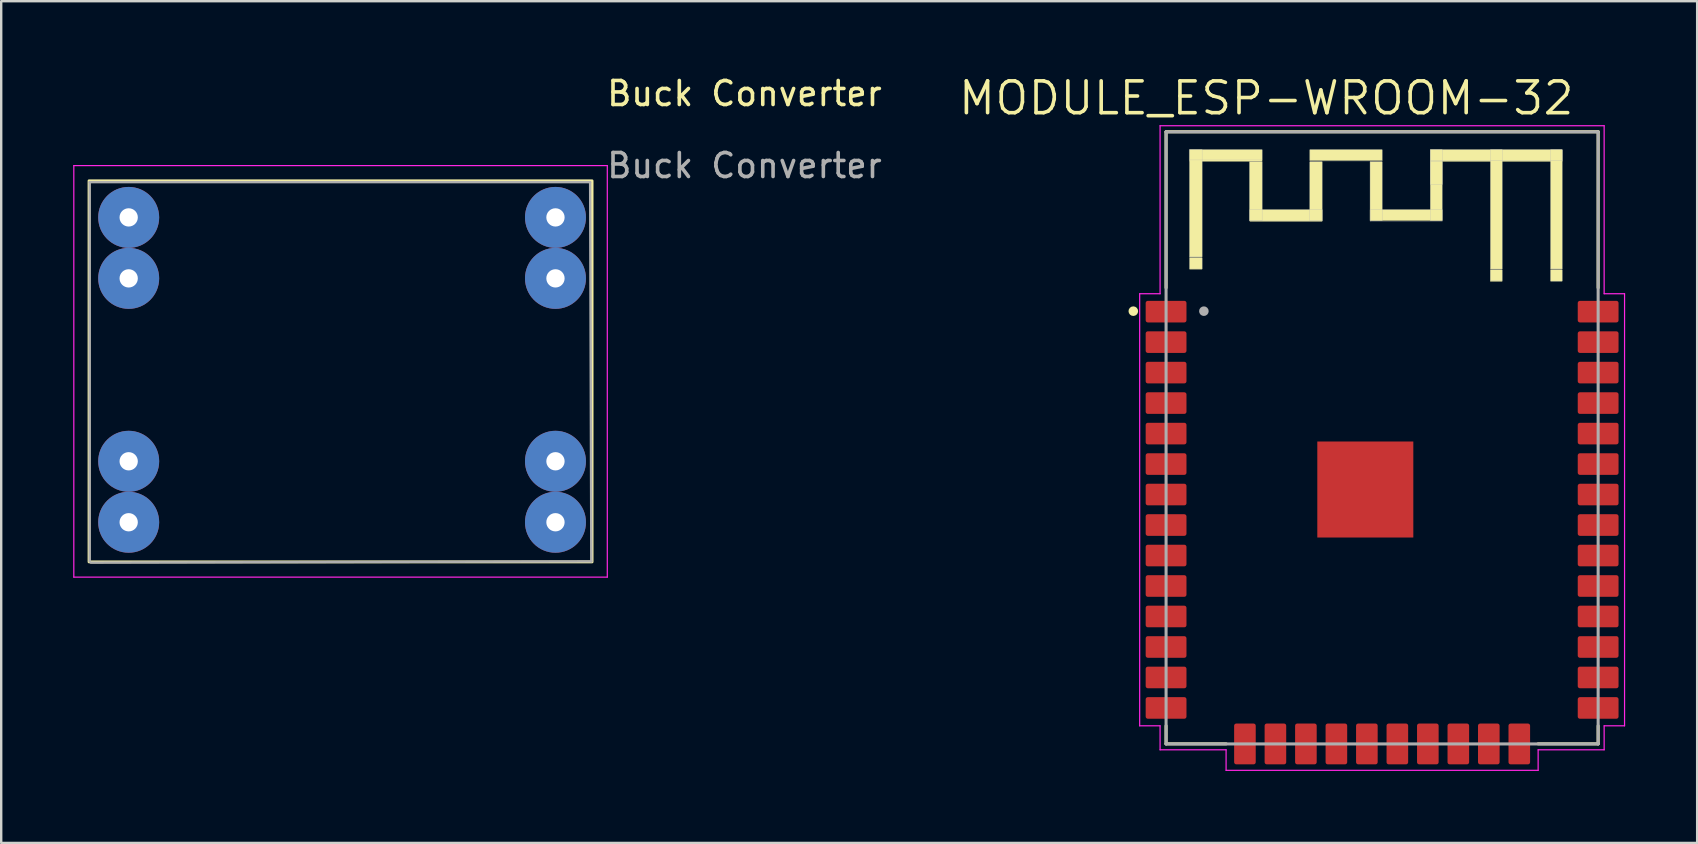
<source format=kicad_pcb>
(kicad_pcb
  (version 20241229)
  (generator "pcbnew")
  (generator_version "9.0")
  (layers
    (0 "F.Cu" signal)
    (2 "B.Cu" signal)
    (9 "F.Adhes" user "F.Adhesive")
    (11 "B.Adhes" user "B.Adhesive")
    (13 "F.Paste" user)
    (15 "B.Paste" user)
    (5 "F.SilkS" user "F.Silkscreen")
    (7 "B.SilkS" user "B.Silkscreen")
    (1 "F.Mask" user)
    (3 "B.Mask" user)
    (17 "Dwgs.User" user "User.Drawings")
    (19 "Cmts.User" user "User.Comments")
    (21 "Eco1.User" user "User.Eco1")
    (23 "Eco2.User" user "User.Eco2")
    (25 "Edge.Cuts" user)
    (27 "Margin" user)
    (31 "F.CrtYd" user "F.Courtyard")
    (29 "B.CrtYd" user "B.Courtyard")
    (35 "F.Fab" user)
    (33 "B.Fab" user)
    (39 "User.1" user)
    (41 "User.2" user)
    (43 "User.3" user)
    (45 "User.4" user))
  (footprint "Buck Converter"
    (layer "F.Cu")
    (at 11.201 12.357)
    (property "Reference" "Buck Converter" (at 16.764 -11.509 0) (unlocked yes) (layer "F.SilkS") (effects (font (size 1 1) (thickness 0.15))))
    (attr through_hole)
    (fp_rect (start -10.541 -7.874) (end 10.414 8.001) (stroke (width 0.12) (type solid)) (fill no) (layer "F.SilkS"))
    (fp_line (start -11.176 -8.509) (end -11.176 8.636) (stroke (width 0.05) (type solid)) (layer "F.CrtYd"))
    (fp_line (start -11.176 8.636) (end 11.049 8.636) (stroke (width 0.05) (type solid)) (layer "F.CrtYd"))
    (fp_line (start 11.049 -8.509) (end -11.176 -8.509) (stroke (width 0.05) (type solid)) (layer "F.CrtYd"))
    (fp_line (start 11.049 8.636) (end 11.049 -8.509) (stroke (width 0.05) (type solid)) (layer "F.CrtYd"))
    (fp_line (start -10.516 -7.819) (end 10.334 -7.819) (stroke (width 0.1) (type solid)) (layer "F.Fab"))
    (fp_line (start -10.516 7.981) (end -10.516 -7.819) (stroke (width 0.1) (type solid)) (layer "F.Fab"))
    (fp_line (start 10.334 -7.819) (end 10.384 7.981) (stroke (width 0.1) (type solid)) (layer "F.Fab"))
    (fp_line (start 10.384 7.981) (end -10.466 8.031) (stroke (width 0.1) (type solid)) (layer "F.Fab"))
    (fp_text user "${REFERENCE}" (at 16.764 -8.509 0) (unlocked yes) (layer "F.Fab") (effects (font (size 1 1) (thickness 0.15))))
    (pad "1a" thru_hole circle (at 8.89 -6.35) (size 2.54 2.54) (drill 0.762) (layers "*.Cu" "*.Mask"))
    (pad "1b" thru_hole circle (at 8.89 -3.81) (size 2.54 2.54) (drill 0.762) (layers "*.Cu" "*.Mask"))
    (pad "2a" thru_hole circle (at 8.89 3.81) (size 2.54 2.54) (drill 0.762) (layers "*.Cu" "*.Mask"))
    (pad "2b" thru_hole circle (at 8.89 6.35) (size 2.54 2.54) (drill 0.762) (layers "*.Cu" "*.Mask"))
    (pad "3a" thru_hole circle (at -8.89 -6.35) (size 2.54 2.54) (drill 0.762) (layers "*.Cu" "*.Mask"))
    (pad "3b" thru_hole circle (at -8.89 -3.81) (size 2.54 2.54) (drill 0.762) (layers "*.Cu" "*.Mask"))
    (pad "4a" thru_hole circle (at -8.89 3.81) (size 2.54 2.54) (drill 0.762) (layers "*.Cu" "*.Mask"))
    (pad "4b" thru_hole circle (at -8.89 6.35) (size 2.54 2.54) (drill 0.762) (layers "*.Cu" "*.Mask")))
  (footprint "MODULE_ESP-WROOM-32"
    (layer "F.Cu")
    (at 54.529 18.188)
    (property "Reference" "MODULE_ESP-WROOM-32" (at -4.826 -17.15 0) (layer "F.SilkS") (effects (font (size 1.325 1.325) (thickness 0.15))))
    (attr through_hole)
    (fp_line (start -9 -15.75) (end 9 -15.75) (stroke (width 0.127) (type solid)) (layer "F.SilkS"))
    (fp_line (start -9 -9.25) (end -9 -15.75) (stroke (width 0.127) (type solid)) (layer "F.SilkS"))
    (fp_line (start -9 9) (end -9 9.75) (stroke (width 0.127) (type solid)) (layer "F.SilkS"))
    (fp_line (start -9 9.75) (end -6.5 9.75) (stroke (width 0.127) (type solid)) (layer "F.SilkS"))
    (fp_line (start 6.5 9.75) (end 9 9.75) (stroke (width 0.127) (type solid)) (layer "F.SilkS"))
    (fp_line (start 9 -15.75) (end 9 -9.25) (stroke (width 0.127) (type solid)) (layer "F.SilkS"))
    (fp_line (start 9 9.75) (end 9 9) (stroke (width 0.127) (type solid)) (layer "F.SilkS"))
    (fp_circle (center -10.365 -8.275) (end -10.265 -8.275) (stroke (width 0.2) (type solid)) (fill no) (layer "F.SilkS"))
    (fp_poly (pts (xy -8.022 -15) (xy -7.5 -15) (xy -7.5 -10.529) (xy -8.022 -10.529)) (stroke (width 0.01) (type solid)) (fill yes) (layer "F.SilkS"))
    (fp_poly (pts (xy -8.02 -10.5) (xy -7.5 -10.5) (xy -7.5 -10.025) (xy -8.02 -10.025)) (stroke (width 0.01) (type solid)) (fill yes) (layer "F.SilkS"))
    (fp_poly (pts (xy -8.009 -15) (xy -5 -15) (xy -5 -14.517) (xy -8.009 -14.517)) (stroke (width 0.01) (type solid)) (fill yes) (layer "F.SilkS"))
    (fp_poly (pts (xy -5.522 -14.5) (xy -5 -14.5) (xy -5 -12.047) (xy -5.522 -12.047)) (stroke (width 0.01) (type solid)) (fill yes) (layer "F.SilkS"))
    (fp_poly (pts (xy -5.508 -12.5) (xy -2.5 -12.5) (xy -2.5 -12.018) (xy -5.508 -12.018)) (stroke (width 0.01) (type solid)) (fill yes) (layer "F.SilkS"))
    (fp_poly (pts (xy -3.01 -14.5) (xy -2.5 -14.5) (xy -2.5 -12.041) (xy -3.01 -12.041)) (stroke (width 0.01) (type solid)) (fill yes) (layer "F.SilkS"))
    (fp_poly (pts (xy -3.01 -15) (xy 0 -15) (xy 0 -14.549) (xy -3.01 -14.549)) (stroke (width 0.01) (type solid)) (fill yes) (layer "F.SilkS"))
    (fp_poly (pts (xy -0.502 -12.5) (xy 2.5 -12.5) (xy 2.5 -12.05) (xy -0.502 -12.05)) (stroke (width 0.01) (type solid)) (fill yes) (layer "F.SilkS"))
    (fp_poly (pts (xy -0.502 -14.5) (xy 0 -14.5) (xy 0 -12.049) (xy -0.502 -12.049)) (stroke (width 0.01) (type solid)) (fill yes) (layer "F.SilkS"))
    (fp_poly (pts (xy 2.008 -15) (xy 2.5 -15) (xy 2.5 -13.554) (xy 2.008 -13.554)) (stroke (width 0.01) (type solid)) (fill yes) (layer "F.SilkS"))
    (fp_poly (pts (xy 2.009 -14.5) (xy 2.5 -14.5) (xy 2.5 -12.053) (xy 2.009 -12.053)) (stroke (width 0.01) (type solid)) (fill yes) (layer "F.SilkS"))
    (fp_poly (pts (xy 2.012 -15) (xy 7.5 -15) (xy 7.5 -14.514) (xy 2.012 -14.514)) (stroke (width 0.01) (type solid)) (fill yes) (layer "F.SilkS"))
    (fp_poly (pts (xy 4.508 -10) (xy 5 -10) (xy 5 -9.517) (xy 4.508 -9.517)) (stroke (width 0.01) (type solid)) (fill yes) (layer "F.SilkS"))
    (fp_poly (pts (xy 4.514 -15) (xy 5 -15) (xy 5 -10.031) (xy 4.514 -10.031)) (stroke (width 0.01) (type solid)) (fill yes) (layer "F.SilkS"))
    (fp_poly (pts (xy 7.019 -10) (xy 7.5 -10) (xy 7.5 -9.526) (xy 7.019 -9.526)) (stroke (width 0.01) (type solid)) (fill yes) (layer "F.SilkS"))
    (fp_poly (pts (xy 7.021 -15) (xy 7.5 -15) (xy 7.5 -10.03) (xy 7.021 -10.03)) (stroke (width 0.01) (type solid)) (fill yes) (layer "F.SilkS"))
    (fp_line (start -10.1 -9) (end -9.25 -9) (stroke (width 0.05) (type solid)) (layer "F.CrtYd"))
    (fp_line (start -10.1 9) (end -10.1 -9) (stroke (width 0.05) (type solid)) (layer "F.CrtYd"))
    (fp_line (start -9.25 -16) (end 9.25 -16) (stroke (width 0.05) (type solid)) (layer "F.CrtYd"))
    (fp_line (start -9.25 -9) (end -9.25 -16) (stroke (width 0.05) (type solid)) (layer "F.CrtYd"))
    (fp_line (start -9.25 9) (end -10.1 9) (stroke (width 0.05) (type solid)) (layer "F.CrtYd"))
    (fp_line (start -9.25 10) (end -9.25 9) (stroke (width 0.05) (type solid)) (layer "F.CrtYd"))
    (fp_line (start -6.5 10) (end -9.25 10) (stroke (width 0.05) (type solid)) (layer "F.CrtYd"))
    (fp_line (start -6.5 10.855) (end -6.5 10) (stroke (width 0.05) (type solid)) (layer "F.CrtYd"))
    (fp_line (start 6.5 10) (end 6.5 10.855) (stroke (width 0.05) (type solid)) (layer "F.CrtYd"))
    (fp_line (start 6.5 10.855) (end -6.5 10.855) (stroke (width 0.05) (type solid)) (layer "F.CrtYd"))
    (fp_line (start 9.25 -16) (end 9.25 -9) (stroke (width 0.05) (type solid)) (layer "F.CrtYd"))
    (fp_line (start 9.25 -9) (end 10.1 -9) (stroke (width 0.05) (type solid)) (layer "F.CrtYd"))
    (fp_line (start 9.25 9) (end 9.25 10) (stroke (width 0.05) (type solid)) (layer "F.CrtYd"))
    (fp_line (start 9.25 10) (end 6.5 10) (stroke (width 0.05) (type solid)) (layer "F.CrtYd"))
    (fp_line (start 10.1 -9) (end 10.1 9) (stroke (width 0.05) (type solid)) (layer "F.CrtYd"))
    (fp_line (start 10.1 9) (end 9.25 9) (stroke (width 0.05) (type solid)) (layer "F.CrtYd"))
    (fp_line (start -9 -15.745) (end -9 9.755) (stroke (width 0.127) (type solid)) (layer "F.Fab"))
    (fp_line (start -9 9.755) (end 9 9.755) (stroke (width 0.127) (type solid)) (layer "F.Fab"))
    (fp_line (start 9 -15.745) (end -9 -15.745) (stroke (width 0.127) (type solid)) (layer "F.Fab"))
    (fp_line (start 9 9.755) (end 9 -15.745) (stroke (width 0.127) (type solid)) (layer "F.Fab"))
    (fp_circle (center -7.425 -8.275) (end -7.325 -8.275) (stroke (width 0.2) (type solid)) (fill no) (layer "F.Fab"))
    (fp_poly (pts (xy -8.041 -15) (xy -5 -15) (xy -5 -14.574) (xy -8.041 -14.574)) (stroke (width 0.01) (type solid)) (fill no) (layer "F.Fab"))
    (fp_poly (pts (xy -8.038 -15) (xy -7.5 -15) (xy -7.5 -10.55) (xy -8.038 -10.55)) (stroke (width 0.01) (type solid)) (fill no) (layer "F.Fab"))
    (fp_poly (pts (xy -8.027 -10.5) (xy -7.5 -10.5) (xy -7.5 -10.033) (xy -8.027 -10.033)) (stroke (width 0.01) (type solid)) (fill no) (layer "F.Fab"))
    (fp_poly (pts (xy -5.518 -14.5) (xy -5 -14.5) (xy -5 -12.04) (xy -5.518 -12.04)) (stroke (width 0.01) (type solid)) (fill no) (layer "F.Fab"))
    (fp_poly (pts (xy -5.516 -12.5) (xy -2.5 -12.5) (xy -2.5 -12.034) (xy -5.516 -12.034)) (stroke (width 0.01) (type solid)) (fill no) (layer "F.Fab"))
    (fp_poly (pts (xy -3.01 -14.5) (xy -2.5 -14.5) (xy -2.5 -12.041) (xy -3.01 -12.041)) (stroke (width 0.01) (type solid)) (fill no) (layer "F.Fab"))
    (fp_poly (pts (xy -3.006 -15) (xy 0 -15) (xy 0 -14.531) (xy -3.006 -14.531)) (stroke (width 0.01) (type solid)) (fill no) (layer "F.Fab"))
    (fp_poly (pts (xy -0.502 -14.5) (xy 0 -14.5) (xy 0 -12.04) (xy -0.502 -12.04)) (stroke (width 0.01) (type solid)) (fill no) (layer "F.Fab"))
    (fp_poly (pts (xy -0.501 -12.5) (xy 2.5 -12.5) (xy 2.5 -12.012) (xy -0.501 -12.012)) (stroke (width 0.01) (type solid)) (fill no) (layer "F.Fab"))
    (fp_poly (pts (xy 2.008 -15) (xy 2.5 -15) (xy 2.5 -13.551) (xy 2.008 -13.551)) (stroke (width 0.01) (type solid)) (fill no) (layer "F.Fab"))
    (fp_poly (pts (xy 2.008 -14.5) (xy 2.5 -14.5) (xy 2.5 -12.046) (xy 2.008 -12.046)) (stroke (width 0.01) (type solid)) (fill no) (layer "F.Fab"))
    (fp_poly (pts (xy 2.015 -15) (xy 7.5 -15) (xy 7.5 -14.541) (xy 2.015 -14.541)) (stroke (width 0.01) (type solid)) (fill no) (layer "F.Fab"))
    (fp_poly (pts (xy 4.515 -15) (xy 5 -15) (xy 5 -10.033) (xy 4.515 -10.033)) (stroke (width 0.01) (type solid)) (fill no) (layer "F.Fab"))
    (fp_poly (pts (xy 4.523 -10) (xy 5 -10) (xy 5 -9.548) (xy 4.523 -9.548)) (stroke (width 0.01) (type solid)) (fill no) (layer "F.Fab"))
    (fp_poly (pts (xy 7.022 -10) (xy 7.5 -10) (xy 7.5 -9.529) (xy 7.022 -9.529)) (stroke (width 0.01) (type solid)) (fill no) (layer "F.Fab"))
    (fp_poly (pts (xy 7.026 -15) (xy 7.5 -15) (xy 7.5 -10.037) (xy 7.026 -10.037)) (stroke (width 0.01) (type solid)) (fill no) (layer "F.Fab"))
    (pad "1" smd roundrect (at -9 -8.255) (size 1.7 0.9) (layers "F.Cu" "F.Mask" "F.Paste") (roundrect_rratio 0.1))
    (pad "1.1" smd rect (at -0.7 -0.845 180) (size 4 4) (layers "F.Cu" "F.Mask" "F.Paste"))
    (pad "2" smd roundrect (at -9 -6.985) (size 1.7 0.9) (layers "F.Cu" "F.Mask" "F.Paste") (roundrect_rratio 0.1))
    (pad "3" smd roundrect (at -9 -5.715) (size 1.7 0.9) (layers "F.Cu" "F.Mask" "F.Paste") (roundrect_rratio 0.1))
    (pad "4" smd roundrect (at -9 -4.445) (size 1.7 0.9) (layers "F.Cu" "F.Mask" "F.Paste") (roundrect_rratio 0.1))
    (pad "5" smd roundrect (at -9 -3.175) (size 1.7 0.9) (layers "F.Cu" "F.Mask" "F.Paste") (roundrect_rratio 0.1))
    (pad "6" smd roundrect (at -9 -1.905) (size 1.7 0.9) (layers "F.Cu" "F.Mask" "F.Paste") (roundrect_rratio 0.1))
    (pad "7" smd roundrect (at -9 -0.635) (size 1.7 0.9) (layers "F.Cu" "F.Mask" "F.Paste") (roundrect_rratio 0.1))
    (pad "8" smd roundrect (at -9 0.635) (size 1.7 0.9) (layers "F.Cu" "F.Mask" "F.Paste") (roundrect_rratio 0.1))
    (pad "9" smd roundrect (at -9 1.905) (size 1.7 0.9) (layers "F.Cu" "F.Mask" "F.Paste") (roundrect_rratio 0.1))
    (pad "10" smd roundrect (at -9 3.175) (size 1.7 0.9) (layers "F.Cu" "F.Mask" "F.Paste") (roundrect_rratio 0.1))
    (pad "11" smd roundrect (at -9 4.445) (size 1.7 0.9) (layers "F.Cu" "F.Mask" "F.Paste") (roundrect_rratio 0.1))
    (pad "12" smd roundrect (at -9 5.715) (size 1.7 0.9) (layers "F.Cu" "F.Mask" "F.Paste") (roundrect_rratio 0.1))
    (pad "13" smd roundrect (at -9 6.985) (size 1.7 0.9) (layers "F.Cu" "F.Mask" "F.Paste") (roundrect_rratio 0.1))
    (pad "14" smd roundrect (at -9 8.255) (size 1.7 0.9) (layers "F.Cu" "F.Mask" "F.Paste") (roundrect_rratio 0.1))
    (pad "15" smd roundrect (at -5.715 9.755 90) (size 1.7 0.9) (layers "F.Cu" "F.Mask" "F.Paste") (roundrect_rratio 0.1))
    (pad "16" smd roundrect (at -4.445 9.755 90) (size 1.7 0.9) (layers "F.Cu" "F.Mask" "F.Paste") (roundrect_rratio 0.1))
    (pad "17" smd roundrect (at -3.175 9.755 90) (size 1.7 0.9) (layers "F.Cu" "F.Mask" "F.Paste") (roundrect_rratio 0.1))
    (pad "18" smd roundrect (at -1.905 9.755 90) (size 1.7 0.9) (layers "F.Cu" "F.Mask" "F.Paste") (roundrect_rratio 0.1))
    (pad "19" smd roundrect (at -0.635 9.755 90) (size 1.7 0.9) (layers "F.Cu" "F.Mask" "F.Paste") (roundrect_rratio 0.1))
    (pad "20" smd roundrect (at 0.635 9.755 90) (size 1.7 0.9) (layers "F.Cu" "F.Mask" "F.Paste") (roundrect_rratio 0.1))
    (pad "21" smd roundrect (at 1.905 9.755 90) (size 1.7 0.9) (layers "F.Cu" "F.Mask" "F.Paste") (roundrect_rratio 0.1))
    (pad "22" smd roundrect (at 3.175 9.755 90) (size 1.7 0.9) (layers "F.Cu" "F.Mask" "F.Paste") (roundrect_rratio 0.1))
    (pad "23" smd roundrect (at 4.445 9.755 90) (size 1.7 0.9) (layers "F.Cu" "F.Mask" "F.Paste") (roundrect_rratio 0.1))
    (pad "24" smd roundrect (at 5.715 9.755 90) (size 1.7 0.9) (layers "F.Cu" "F.Mask" "F.Paste") (roundrect_rratio 0.1))
    (pad "25" smd roundrect (at 9 8.255 180) (size 1.7 0.9) (layers "F.Cu" "F.Mask" "F.Paste") (roundrect_rratio 0.1))
    (pad "26" smd roundrect (at 9 6.985 180) (size 1.7 0.9) (layers "F.Cu" "F.Mask" "F.Paste") (roundrect_rratio 0.1))
    (pad "27" smd roundrect (at 9 5.715 180) (size 1.7 0.9) (layers "F.Cu" "F.Mask" "F.Paste") (roundrect_rratio 0.1))
    (pad "28" smd roundrect (at 9 4.445 180) (size 1.7 0.9) (layers "F.Cu" "F.Mask" "F.Paste") (roundrect_rratio 0.1))
    (pad "29" smd roundrect (at 9 3.175 180) (size 1.7 0.9) (layers "F.Cu" "F.Mask" "F.Paste") (roundrect_rratio 0.1))
    (pad "30" smd roundrect (at 9 1.905 180) (size 1.7 0.9) (layers "F.Cu" "F.Mask" "F.Paste") (roundrect_rratio 0.1))
    (pad "31" smd roundrect (at 9 0.635 180) (size 1.7 0.9) (layers "F.Cu" "F.Mask" "F.Paste") (roundrect_rratio 0.1))
    (pad "32" smd roundrect (at 9 -0.635 180) (size 1.7 0.9) (layers "F.Cu" "F.Mask" "F.Paste") (roundrect_rratio 0.1))
    (pad "33" smd roundrect (at 9 -1.905 180) (size 1.7 0.9) (layers "F.Cu" "F.Mask" "F.Paste") (roundrect_rratio 0.1))
    (pad "34" smd roundrect (at 9 -3.175 180) (size 1.7 0.9) (layers "F.Cu" "F.Mask" "F.Paste") (roundrect_rratio 0.1))
    (pad "35" smd roundrect (at 9 -4.445 180) (size 1.7 0.9) (layers "F.Cu" "F.Mask" "F.Paste") (roundrect_rratio 0.1))
    (pad "36" smd roundrect (at 9 -5.715 180) (size 1.7 0.9) (layers "F.Cu" "F.Mask" "F.Paste") (roundrect_rratio 0.1))
    (pad "37" smd roundrect (at 9 -6.985 180) (size 1.7 0.9) (layers "F.Cu" "F.Mask" "F.Paste") (roundrect_rratio 0.1))
    (pad "38" smd roundrect (at 9 -8.255 180) (size 1.7 0.9) (layers "F.Cu" "F.Mask" "F.Paste") (roundrect_rratio 0.1))
    (zone (net_name "") (layer "F.Cu") (hatch full 0.508) (connect_pads) (min_thickness 0.01) (filled_areas_thickness no) (keepout (tracks not_allowed) (vias not_allowed) (pads not_allowed) (copperpour not_allowed) (footprints allowed)) (placement (enabled no)) (fill) (polygon (pts (xy 45.504 2.438) (xy 63.529 2.438) (xy 63.529 9.162) (xy 45.504 9.162))))
    (zone (net_name "") (layers "F.Cu" "B.Cu") (hatch full 0.508) (connect_pads) (min_thickness 0.01) (filled_areas_thickness no) (keepout (tracks allowed) (vias not_allowed) (pads allowed) (copperpour allowed) (footprints allowed)) (placement (enabled no)) (fill) (polygon (pts (xy 45.505 2.438) (xy 63.529 2.438) (xy 63.529 9.164) (xy 45.505 9.164))))
    (zone (net_name "") (layer "B.Cu") (hatch full 0.508) (connect_pads) (min_thickness 0.01) (filled_areas_thickness no) (keepout (tracks not_allowed) (vias not_allowed) (pads not_allowed) (copperpour not_allowed) (footprints allowed)) (placement (enabled no)) (fill) (polygon (pts (xy 45.518 2.438) (xy 63.529 2.438) (xy 63.529 9.177) (xy 45.518 9.177)))))
  (gr_rect
    (start -3 -3)
    (end 67.654 32.068)
    (stroke (width 0.1) (type default))
    (fill no)
    (layer "Edge.Cuts")))
</source>
